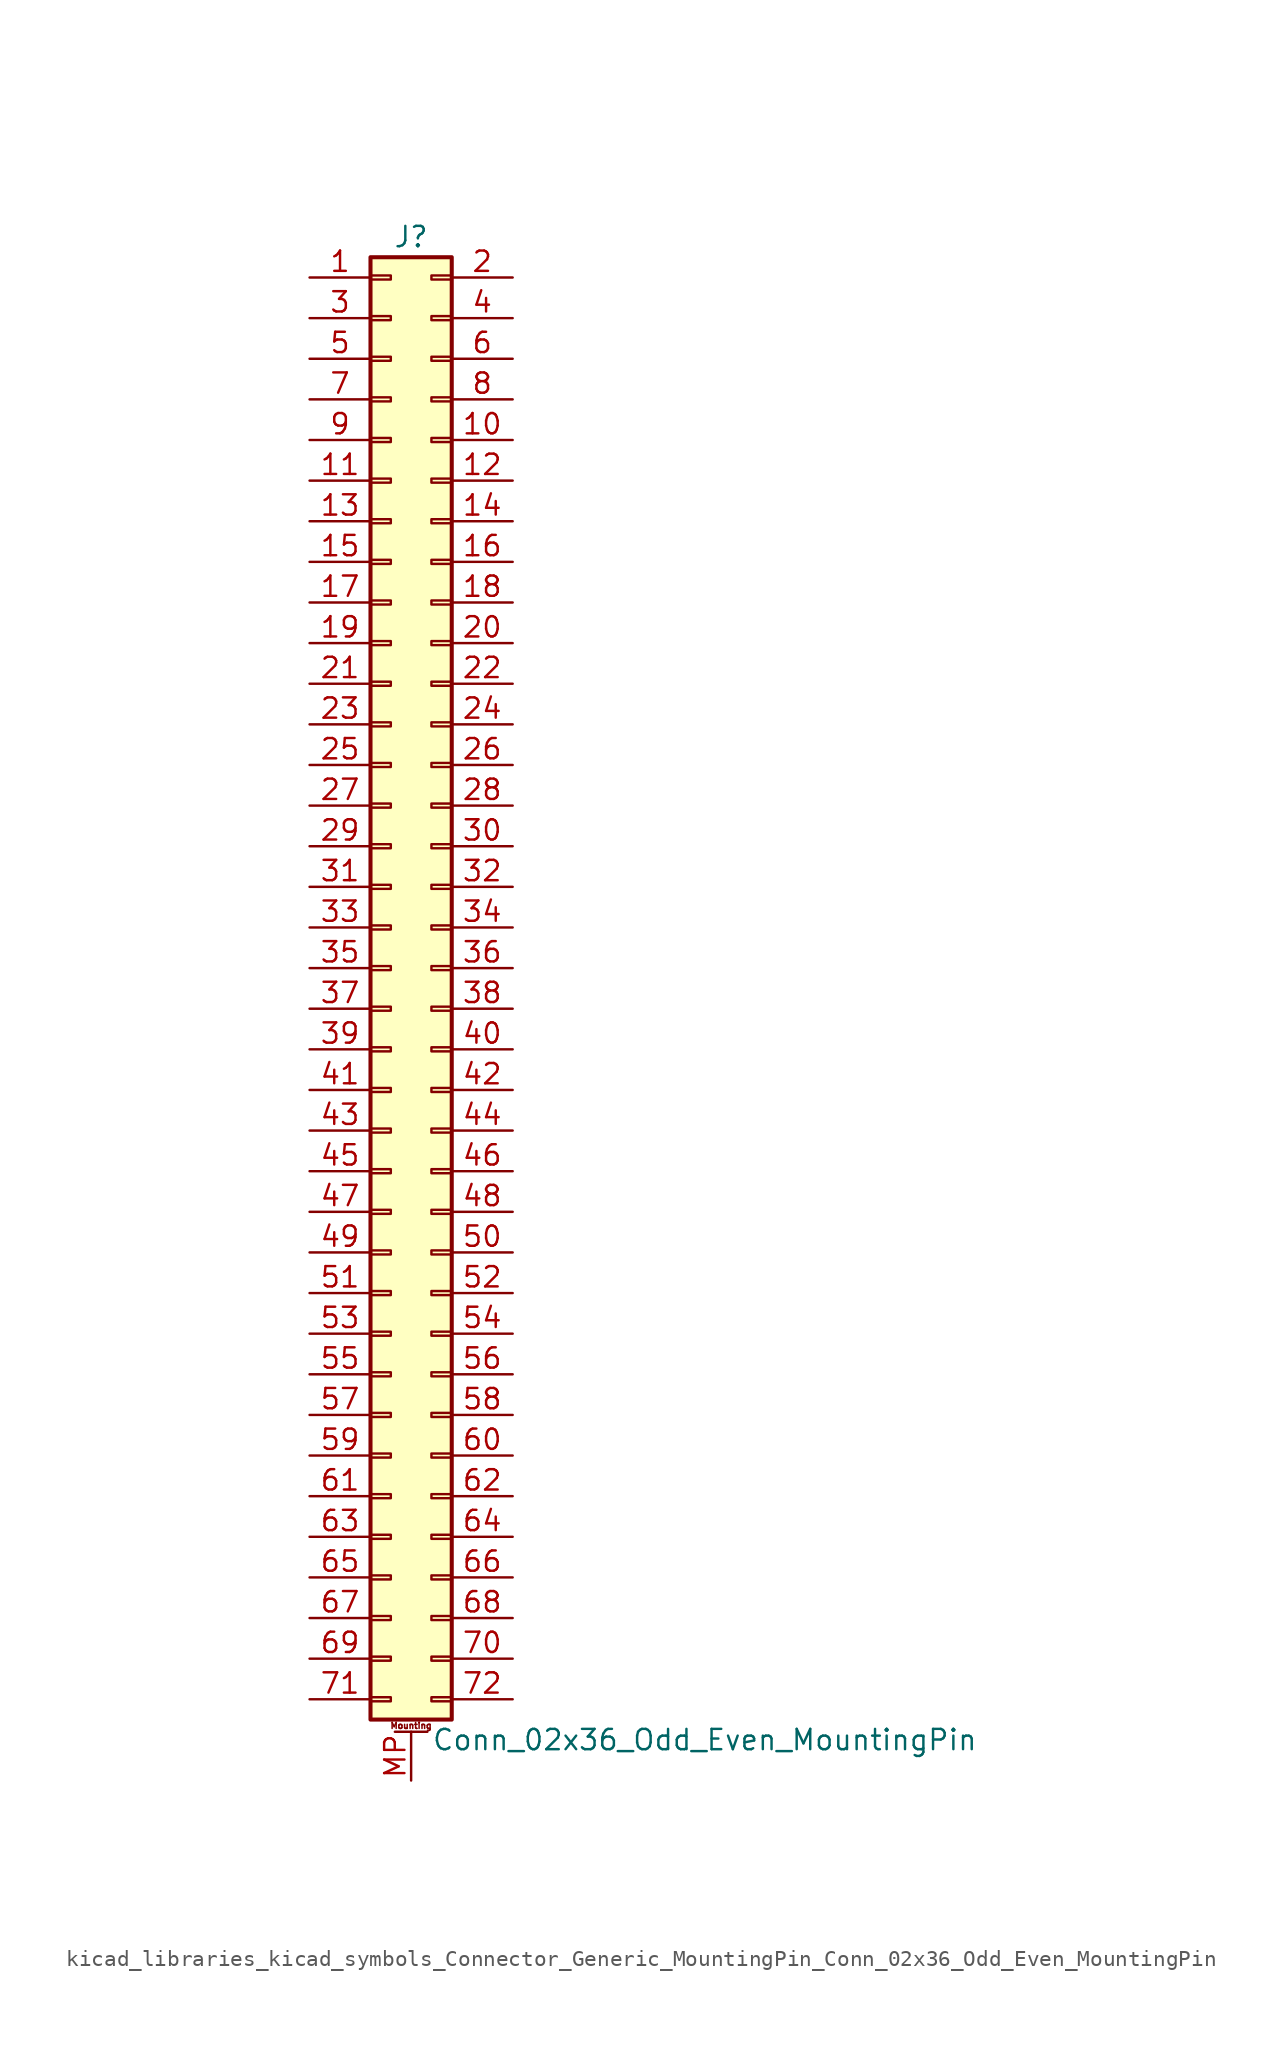
<source format=kicad_sym>
(kicad_symbol_lib
  (version 20220914)
  (generator kicad_symbol_editor)
  (symbol "kicad_libraries_kicad_symbols_Connector_Generic_MountingPin_Conn_02x36_Odd_Even_MountingPin"
    (pin_names
      (offset 1.016) hide)
    (property "Reference" "J"
      (at 1.27 45.72 0)
      (effects (font (size 1.27 1.27))))
    (property "Value" "Conn_02x36_Odd_Even_MountingPin"
      (at 2.54 -48.26 0)
      (effects (font (size 1.27 1.27)) (justify left)))
    (symbol "kicad_libraries_kicad_symbols_Connector_Generic_MountingPin_Conn_02x36_Odd_Even_MountingPin_1_1"
      (rectangle (start -1.27 -45.593) (end 0 -45.847) (stroke (width 0.152) (type default)) (fill (type none)))
      (rectangle (start -1.27 -43.053) (end 0 -43.307) (stroke (width 0.152) (type default)) (fill (type none)))
      (rectangle (start -1.27 -40.513) (end 0 -40.767) (stroke (width 0.152) (type default)) (fill (type none)))
      (rectangle (start -1.27 -37.973) (end 0 -38.227) (stroke (width 0.152) (type default)) (fill (type none)))
      (rectangle (start -1.27 -35.433) (end 0 -35.687) (stroke (width 0.152) (type default)) (fill (type none)))
      (rectangle (start -1.27 -32.893) (end 0 -33.147) (stroke (width 0.152) (type default)) (fill (type none)))
      (rectangle (start -1.27 -30.353) (end 0 -30.607) (stroke (width 0.152) (type default)) (fill (type none)))
      (rectangle (start -1.27 -27.813) (end 0 -28.067) (stroke (width 0.152) (type default)) (fill (type none)))
      (rectangle (start -1.27 -25.273) (end 0 -25.527) (stroke (width 0.152) (type default)) (fill (type none)))
      (rectangle (start -1.27 -22.733) (end 0 -22.987) (stroke (width 0.152) (type default)) (fill (type none)))
      (rectangle (start -1.27 -20.193) (end 0 -20.447) (stroke (width 0.152) (type default)) (fill (type none)))
      (rectangle (start -1.27 -17.653) (end 0 -17.907) (stroke (width 0.152) (type default)) (fill (type none)))
      (rectangle (start -1.27 -15.113) (end 0 -15.367) (stroke (width 0.152) (type default)) (fill (type none)))
      (rectangle (start -1.27 -12.573) (end 0 -12.827) (stroke (width 0.152) (type default)) (fill (type none)))
      (rectangle (start -1.27 -10.033) (end 0 -10.287) (stroke (width 0.152) (type default)) (fill (type none)))
      (rectangle (start -1.27 -7.493) (end 0 -7.747) (stroke (width 0.152) (type default)) (fill (type none)))
      (rectangle (start -1.27 -4.953) (end 0 -5.207) (stroke (width 0.152) (type default)) (fill (type none)))
      (rectangle (start -1.27 -2.413) (end 0 -2.667) (stroke (width 0.152) (type default)) (fill (type none)))
      (rectangle (start -1.27 0.127) (end 0 -0.127) (stroke (width 0.152) (type default)) (fill (type none)))
      (rectangle (start -1.27 2.667) (end 0 2.413) (stroke (width 0.152) (type default)) (fill (type none)))
      (rectangle (start -1.27 5.207) (end 0 4.953) (stroke (width 0.152) (type default)) (fill (type none)))
      (rectangle (start -1.27 7.747) (end 0 7.493) (stroke (width 0.152) (type default)) (fill (type none)))
      (rectangle (start -1.27 10.287) (end 0 10.033) (stroke (width 0.152) (type default)) (fill (type none)))
      (rectangle (start -1.27 12.827) (end 0 12.573) (stroke (width 0.152) (type default)) (fill (type none)))
      (rectangle (start -1.27 15.367) (end 0 15.113) (stroke (width 0.152) (type default)) (fill (type none)))
      (rectangle (start -1.27 17.907) (end 0 17.653) (stroke (width 0.152) (type default)) (fill (type none)))
      (rectangle (start -1.27 20.447) (end 0 20.193) (stroke (width 0.152) (type default)) (fill (type none)))
      (rectangle (start -1.27 22.987) (end 0 22.733) (stroke (width 0.152) (type default)) (fill (type none)))
      (rectangle (start -1.27 25.527) (end 0 25.273) (stroke (width 0.152) (type default)) (fill (type none)))
      (rectangle (start -1.27 28.067) (end 0 27.813) (stroke (width 0.152) (type default)) (fill (type none)))
      (rectangle (start -1.27 30.607) (end 0 30.353) (stroke (width 0.152) (type default)) (fill (type none)))
      (rectangle (start -1.27 33.147) (end 0 32.893) (stroke (width 0.152) (type default)) (fill (type none)))
      (rectangle (start -1.27 35.687) (end 0 35.433) (stroke (width 0.152) (type default)) (fill (type none)))
      (rectangle (start -1.27 38.227) (end 0 37.973) (stroke (width 0.152) (type default)) (fill (type none)))
      (rectangle (start -1.27 40.767) (end 0 40.513) (stroke (width 0.152) (type default)) (fill (type none)))
      (rectangle (start -1.27 43.307) (end 0 43.053) (stroke (width 0.152) (type default)) (fill (type none)))
      (rectangle (start -1.27 44.45) (end 3.81 -46.99) (stroke (width 0.254) (type default)) (fill (type background)))
      (polyline (pts (xy 0.254 -47.752) (xy 2.286 -47.752)) (stroke (width 0.152) (type default)) (fill (type none)))
      (rectangle (start 3.81 -45.593) (end 2.54 -45.847) (stroke (width 0.152) (type default)) (fill (type none)))
      (rectangle (start 3.81 -43.053) (end 2.54 -43.307) (stroke (width 0.152) (type default)) (fill (type none)))
      (rectangle (start 3.81 -40.513) (end 2.54 -40.767) (stroke (width 0.152) (type default)) (fill (type none)))
      (rectangle (start 3.81 -37.973) (end 2.54 -38.227) (stroke (width 0.152) (type default)) (fill (type none)))
      (rectangle (start 3.81 -35.433) (end 2.54 -35.687) (stroke (width 0.152) (type default)) (fill (type none)))
      (rectangle (start 3.81 -32.893) (end 2.54 -33.147) (stroke (width 0.152) (type default)) (fill (type none)))
      (rectangle (start 3.81 -30.353) (end 2.54 -30.607) (stroke (width 0.152) (type default)) (fill (type none)))
      (rectangle (start 3.81 -27.813) (end 2.54 -28.067) (stroke (width 0.152) (type default)) (fill (type none)))
      (rectangle (start 3.81 -25.273) (end 2.54 -25.527) (stroke (width 0.152) (type default)) (fill (type none)))
      (rectangle (start 3.81 -22.733) (end 2.54 -22.987) (stroke (width 0.152) (type default)) (fill (type none)))
      (rectangle (start 3.81 -20.193) (end 2.54 -20.447) (stroke (width 0.152) (type default)) (fill (type none)))
      (rectangle (start 3.81 -17.653) (end 2.54 -17.907) (stroke (width 0.152) (type default)) (fill (type none)))
      (rectangle (start 3.81 -15.113) (end 2.54 -15.367) (stroke (width 0.152) (type default)) (fill (type none)))
      (rectangle (start 3.81 -12.573) (end 2.54 -12.827) (stroke (width 0.152) (type default)) (fill (type none)))
      (rectangle (start 3.81 -10.033) (end 2.54 -10.287) (stroke (width 0.152) (type default)) (fill (type none)))
      (rectangle (start 3.81 -7.493) (end 2.54 -7.747) (stroke (width 0.152) (type default)) (fill (type none)))
      (rectangle (start 3.81 -4.953) (end 2.54 -5.207) (stroke (width 0.152) (type default)) (fill (type none)))
      (rectangle (start 3.81 -2.413) (end 2.54 -2.667) (stroke (width 0.152) (type default)) (fill (type none)))
      (rectangle (start 3.81 0.127) (end 2.54 -0.127) (stroke (width 0.152) (type default)) (fill (type none)))
      (rectangle (start 3.81 2.667) (end 2.54 2.413) (stroke (width 0.152) (type default)) (fill (type none)))
      (rectangle (start 3.81 5.207) (end 2.54 4.953) (stroke (width 0.152) (type default)) (fill (type none)))
      (rectangle (start 3.81 7.747) (end 2.54 7.493) (stroke (width 0.152) (type default)) (fill (type none)))
      (rectangle (start 3.81 10.287) (end 2.54 10.033) (stroke (width 0.152) (type default)) (fill (type none)))
      (rectangle (start 3.81 12.827) (end 2.54 12.573) (stroke (width 0.152) (type default)) (fill (type none)))
      (rectangle (start 3.81 15.367) (end 2.54 15.113) (stroke (width 0.152) (type default)) (fill (type none)))
      (rectangle (start 3.81 17.907) (end 2.54 17.653) (stroke (width 0.152) (type default)) (fill (type none)))
      (rectangle (start 3.81 20.447) (end 2.54 20.193) (stroke (width 0.152) (type default)) (fill (type none)))
      (rectangle (start 3.81 22.987) (end 2.54 22.733) (stroke (width 0.152) (type default)) (fill (type none)))
      (rectangle (start 3.81 25.527) (end 2.54 25.273) (stroke (width 0.152) (type default)) (fill (type none)))
      (rectangle (start 3.81 28.067) (end 2.54 27.813) (stroke (width 0.152) (type default)) (fill (type none)))
      (rectangle (start 3.81 30.607) (end 2.54 30.353) (stroke (width 0.152) (type default)) (fill (type none)))
      (rectangle (start 3.81 33.147) (end 2.54 32.893) (stroke (width 0.152) (type default)) (fill (type none)))
      (rectangle (start 3.81 35.687) (end 2.54 35.433) (stroke (width 0.152) (type default)) (fill (type none)))
      (rectangle (start 3.81 38.227) (end 2.54 37.973) (stroke (width 0.152) (type default)) (fill (type none)))
      (rectangle (start 3.81 40.767) (end 2.54 40.513) (stroke (width 0.152) (type default)) (fill (type none)))
      (rectangle (start 3.81 43.307) (end 2.54 43.053) (stroke (width 0.152) (type default)) (fill (type none)))
      (text "Mounting" (at 1.27 -47.371 0) (effects (font (size 0.381 0.381))))
      (pin passive line (at -5.08 43.18 0) (length 3.81) (name "Pin_1" (effects (font (size 1.27 1.27)))) (number "1" (effects (font (size 1.27 1.27)))))
      (pin passive line (at 7.62 33.02 180) (length 3.81) (name "Pin_10" (effects (font (size 1.27 1.27)))) (number "10" (effects (font (size 1.27 1.27)))))
      (pin passive line (at -5.08 30.48 0) (length 3.81) (name "Pin_11" (effects (font (size 1.27 1.27)))) (number "11" (effects (font (size 1.27 1.27)))))
      (pin passive line (at 7.62 30.48 180) (length 3.81) (name "Pin_12" (effects (font (size 1.27 1.27)))) (number "12" (effects (font (size 1.27 1.27)))))
      (pin passive line (at -5.08 27.94 0) (length 3.81) (name "Pin_13" (effects (font (size 1.27 1.27)))) (number "13" (effects (font (size 1.27 1.27)))))
      (pin passive line (at 7.62 27.94 180) (length 3.81) (name "Pin_14" (effects (font (size 1.27 1.27)))) (number "14" (effects (font (size 1.27 1.27)))))
      (pin passive line (at -5.08 25.4 0) (length 3.81) (name "Pin_15" (effects (font (size 1.27 1.27)))) (number "15" (effects (font (size 1.27 1.27)))))
      (pin passive line (at 7.62 25.4 180) (length 3.81) (name "Pin_16" (effects (font (size 1.27 1.27)))) (number "16" (effects (font (size 1.27 1.27)))))
      (pin passive line (at -5.08 22.86 0) (length 3.81) (name "Pin_17" (effects (font (size 1.27 1.27)))) (number "17" (effects (font (size 1.27 1.27)))))
      (pin passive line (at 7.62 22.86 180) (length 3.81) (name "Pin_18" (effects (font (size 1.27 1.27)))) (number "18" (effects (font (size 1.27 1.27)))))
      (pin passive line (at -5.08 20.32 0) (length 3.81) (name "Pin_19" (effects (font (size 1.27 1.27)))) (number "19" (effects (font (size 1.27 1.27)))))
      (pin passive line (at 7.62 43.18 180) (length 3.81) (name "Pin_2" (effects (font (size 1.27 1.27)))) (number "2" (effects (font (size 1.27 1.27)))))
      (pin passive line (at 7.62 20.32 180) (length 3.81) (name "Pin_20" (effects (font (size 1.27 1.27)))) (number "20" (effects (font (size 1.27 1.27)))))
      (pin passive line (at -5.08 17.78 0) (length 3.81) (name "Pin_21" (effects (font (size 1.27 1.27)))) (number "21" (effects (font (size 1.27 1.27)))))
      (pin passive line (at 7.62 17.78 180) (length 3.81) (name "Pin_22" (effects (font (size 1.27 1.27)))) (number "22" (effects (font (size 1.27 1.27)))))
      (pin passive line (at -5.08 15.24 0) (length 3.81) (name "Pin_23" (effects (font (size 1.27 1.27)))) (number "23" (effects (font (size 1.27 1.27)))))
      (pin passive line (at 7.62 15.24 180) (length 3.81) (name "Pin_24" (effects (font (size 1.27 1.27)))) (number "24" (effects (font (size 1.27 1.27)))))
      (pin passive line (at -5.08 12.7 0) (length 3.81) (name "Pin_25" (effects (font (size 1.27 1.27)))) (number "25" (effects (font (size 1.27 1.27)))))
      (pin passive line (at 7.62 12.7 180) (length 3.81) (name "Pin_26" (effects (font (size 1.27 1.27)))) (number "26" (effects (font (size 1.27 1.27)))))
      (pin passive line (at -5.08 10.16 0) (length 3.81) (name "Pin_27" (effects (font (size 1.27 1.27)))) (number "27" (effects (font (size 1.27 1.27)))))
      (pin passive line (at 7.62 10.16 180) (length 3.81) (name "Pin_28" (effects (font (size 1.27 1.27)))) (number "28" (effects (font (size 1.27 1.27)))))
      (pin passive line (at -5.08 7.62 0) (length 3.81) (name "Pin_29" (effects (font (size 1.27 1.27)))) (number "29" (effects (font (size 1.27 1.27)))))
      (pin passive line (at -5.08 40.64 0) (length 3.81) (name "Pin_3" (effects (font (size 1.27 1.27)))) (number "3" (effects (font (size 1.27 1.27)))))
      (pin passive line (at 7.62 7.62 180) (length 3.81) (name "Pin_30" (effects (font (size 1.27 1.27)))) (number "30" (effects (font (size 1.27 1.27)))))
      (pin passive line (at -5.08 5.08 0) (length 3.81) (name "Pin_31" (effects (font (size 1.27 1.27)))) (number "31" (effects (font (size 1.27 1.27)))))
      (pin passive line (at 7.62 5.08 180) (length 3.81) (name "Pin_32" (effects (font (size 1.27 1.27)))) (number "32" (effects (font (size 1.27 1.27)))))
      (pin passive line (at -5.08 2.54 0) (length 3.81) (name "Pin_33" (effects (font (size 1.27 1.27)))) (number "33" (effects (font (size 1.27 1.27)))))
      (pin passive line (at 7.62 2.54 180) (length 3.81) (name "Pin_34" (effects (font (size 1.27 1.27)))) (number "34" (effects (font (size 1.27 1.27)))))
      (pin passive line (at -5.08 0 0) (length 3.81) (name "Pin_35" (effects (font (size 1.27 1.27)))) (number "35" (effects (font (size 1.27 1.27)))))
      (pin passive line (at 7.62 0 180) (length 3.81) (name "Pin_36" (effects (font (size 1.27 1.27)))) (number "36" (effects (font (size 1.27 1.27)))))
      (pin passive line (at -5.08 -2.54 0) (length 3.81) (name "Pin_37" (effects (font (size 1.27 1.27)))) (number "37" (effects (font (size 1.27 1.27)))))
      (pin passive line (at 7.62 -2.54 180) (length 3.81) (name "Pin_38" (effects (font (size 1.27 1.27)))) (number "38" (effects (font (size 1.27 1.27)))))
      (pin passive line (at -5.08 -5.08 0) (length 3.81) (name "Pin_39" (effects (font (size 1.27 1.27)))) (number "39" (effects (font (size 1.27 1.27)))))
      (pin passive line (at 7.62 40.64 180) (length 3.81) (name "Pin_4" (effects (font (size 1.27 1.27)))) (number "4" (effects (font (size 1.27 1.27)))))
      (pin passive line (at 7.62 -5.08 180) (length 3.81) (name "Pin_40" (effects (font (size 1.27 1.27)))) (number "40" (effects (font (size 1.27 1.27)))))
      (pin passive line (at -5.08 -7.62 0) (length 3.81) (name "Pin_41" (effects (font (size 1.27 1.27)))) (number "41" (effects (font (size 1.27 1.27)))))
      (pin passive line (at 7.62 -7.62 180) (length 3.81) (name "Pin_42" (effects (font (size 1.27 1.27)))) (number "42" (effects (font (size 1.27 1.27)))))
      (pin passive line (at -5.08 -10.16 0) (length 3.81) (name "Pin_43" (effects (font (size 1.27 1.27)))) (number "43" (effects (font (size 1.27 1.27)))))
      (pin passive line (at 7.62 -10.16 180) (length 3.81) (name "Pin_44" (effects (font (size 1.27 1.27)))) (number "44" (effects (font (size 1.27 1.27)))))
      (pin passive line (at -5.08 -12.7 0) (length 3.81) (name "Pin_45" (effects (font (size 1.27 1.27)))) (number "45" (effects (font (size 1.27 1.27)))))
      (pin passive line (at 7.62 -12.7 180) (length 3.81) (name "Pin_46" (effects (font (size 1.27 1.27)))) (number "46" (effects (font (size 1.27 1.27)))))
      (pin passive line (at -5.08 -15.24 0) (length 3.81) (name "Pin_47" (effects (font (size 1.27 1.27)))) (number "47" (effects (font (size 1.27 1.27)))))
      (pin passive line (at 7.62 -15.24 180) (length 3.81) (name "Pin_48" (effects (font (size 1.27 1.27)))) (number "48" (effects (font (size 1.27 1.27)))))
      (pin passive line (at -5.08 -17.78 0) (length 3.81) (name "Pin_49" (effects (font (size 1.27 1.27)))) (number "49" (effects (font (size 1.27 1.27)))))
      (pin passive line (at -5.08 38.1 0) (length 3.81) (name "Pin_5" (effects (font (size 1.27 1.27)))) (number "5" (effects (font (size 1.27 1.27)))))
      (pin passive line (at 7.62 -17.78 180) (length 3.81) (name "Pin_50" (effects (font (size 1.27 1.27)))) (number "50" (effects (font (size 1.27 1.27)))))
      (pin passive line (at -5.08 -20.32 0) (length 3.81) (name "Pin_51" (effects (font (size 1.27 1.27)))) (number "51" (effects (font (size 1.27 1.27)))))
      (pin passive line (at 7.62 -20.32 180) (length 3.81) (name "Pin_52" (effects (font (size 1.27 1.27)))) (number "52" (effects (font (size 1.27 1.27)))))
      (pin passive line (at -5.08 -22.86 0) (length 3.81) (name "Pin_53" (effects (font (size 1.27 1.27)))) (number "53" (effects (font (size 1.27 1.27)))))
      (pin passive line (at 7.62 -22.86 180) (length 3.81) (name "Pin_54" (effects (font (size 1.27 1.27)))) (number "54" (effects (font (size 1.27 1.27)))))
      (pin passive line (at -5.08 -25.4 0) (length 3.81) (name "Pin_55" (effects (font (size 1.27 1.27)))) (number "55" (effects (font (size 1.27 1.27)))))
      (pin passive line (at 7.62 -25.4 180) (length 3.81) (name "Pin_56" (effects (font (size 1.27 1.27)))) (number "56" (effects (font (size 1.27 1.27)))))
      (pin passive line (at -5.08 -27.94 0) (length 3.81) (name "Pin_57" (effects (font (size 1.27 1.27)))) (number "57" (effects (font (size 1.27 1.27)))))
      (pin passive line (at 7.62 -27.94 180) (length 3.81) (name "Pin_58" (effects (font (size 1.27 1.27)))) (number "58" (effects (font (size 1.27 1.27)))))
      (pin passive line (at -5.08 -30.48 0) (length 3.81) (name "Pin_59" (effects (font (size 1.27 1.27)))) (number "59" (effects (font (size 1.27 1.27)))))
      (pin passive line (at 7.62 38.1 180) (length 3.81) (name "Pin_6" (effects (font (size 1.27 1.27)))) (number "6" (effects (font (size 1.27 1.27)))))
      (pin passive line (at 7.62 -30.48 180) (length 3.81) (name "Pin_60" (effects (font (size 1.27 1.27)))) (number "60" (effects (font (size 1.27 1.27)))))
      (pin passive line (at -5.08 -33.02 0) (length 3.81) (name "Pin_61" (effects (font (size 1.27 1.27)))) (number "61" (effects (font (size 1.27 1.27)))))
      (pin passive line (at 7.62 -33.02 180) (length 3.81) (name "Pin_62" (effects (font (size 1.27 1.27)))) (number "62" (effects (font (size 1.27 1.27)))))
      (pin passive line (at -5.08 -35.56 0) (length 3.81) (name "Pin_63" (effects (font (size 1.27 1.27)))) (number "63" (effects (font (size 1.27 1.27)))))
      (pin passive line (at 7.62 -35.56 180) (length 3.81) (name "Pin_64" (effects (font (size 1.27 1.27)))) (number "64" (effects (font (size 1.27 1.27)))))
      (pin passive line (at -5.08 -38.1 0) (length 3.81) (name "Pin_65" (effects (font (size 1.27 1.27)))) (number "65" (effects (font (size 1.27 1.27)))))
      (pin passive line (at 7.62 -38.1 180) (length 3.81) (name "Pin_66" (effects (font (size 1.27 1.27)))) (number "66" (effects (font (size 1.27 1.27)))))
      (pin passive line (at -5.08 -40.64 0) (length 3.81) (name "Pin_67" (effects (font (size 1.27 1.27)))) (number "67" (effects (font (size 1.27 1.27)))))
      (pin passive line (at 7.62 -40.64 180) (length 3.81) (name "Pin_68" (effects (font (size 1.27 1.27)))) (number "68" (effects (font (size 1.27 1.27)))))
      (pin passive line (at -5.08 -43.18 0) (length 3.81) (name "Pin_69" (effects (font (size 1.27 1.27)))) (number "69" (effects (font (size 1.27 1.27)))))
      (pin passive line (at -5.08 35.56 0) (length 3.81) (name "Pin_7" (effects (font (size 1.27 1.27)))) (number "7" (effects (font (size 1.27 1.27)))))
      (pin passive line (at 7.62 -43.18 180) (length 3.81) (name "Pin_70" (effects (font (size 1.27 1.27)))) (number "70" (effects (font (size 1.27 1.27)))))
      (pin passive line (at -5.08 -45.72 0) (length 3.81) (name "Pin_71" (effects (font (size 1.27 1.27)))) (number "71" (effects (font (size 1.27 1.27)))))
      (pin passive line (at 7.62 -45.72 180) (length 3.81) (name "Pin_72" (effects (font (size 1.27 1.27)))) (number "72" (effects (font (size 1.27 1.27)))))
      (pin passive line (at 7.62 35.56 180) (length 3.81) (name "Pin_8" (effects (font (size 1.27 1.27)))) (number "8" (effects (font (size 1.27 1.27)))))
      (pin passive line (at -5.08 33.02 0) (length 3.81) (name "Pin_9" (effects (font (size 1.27 1.27)))) (number "9" (effects (font (size 1.27 1.27)))))
      (pin passive line (at 1.27 -50.8 90) (length 3.048) (name "MountPin" (effects (font (size 1.27 1.27)))) (number "MP" (effects (font (size 1.27 1.27))))))))
</source>
